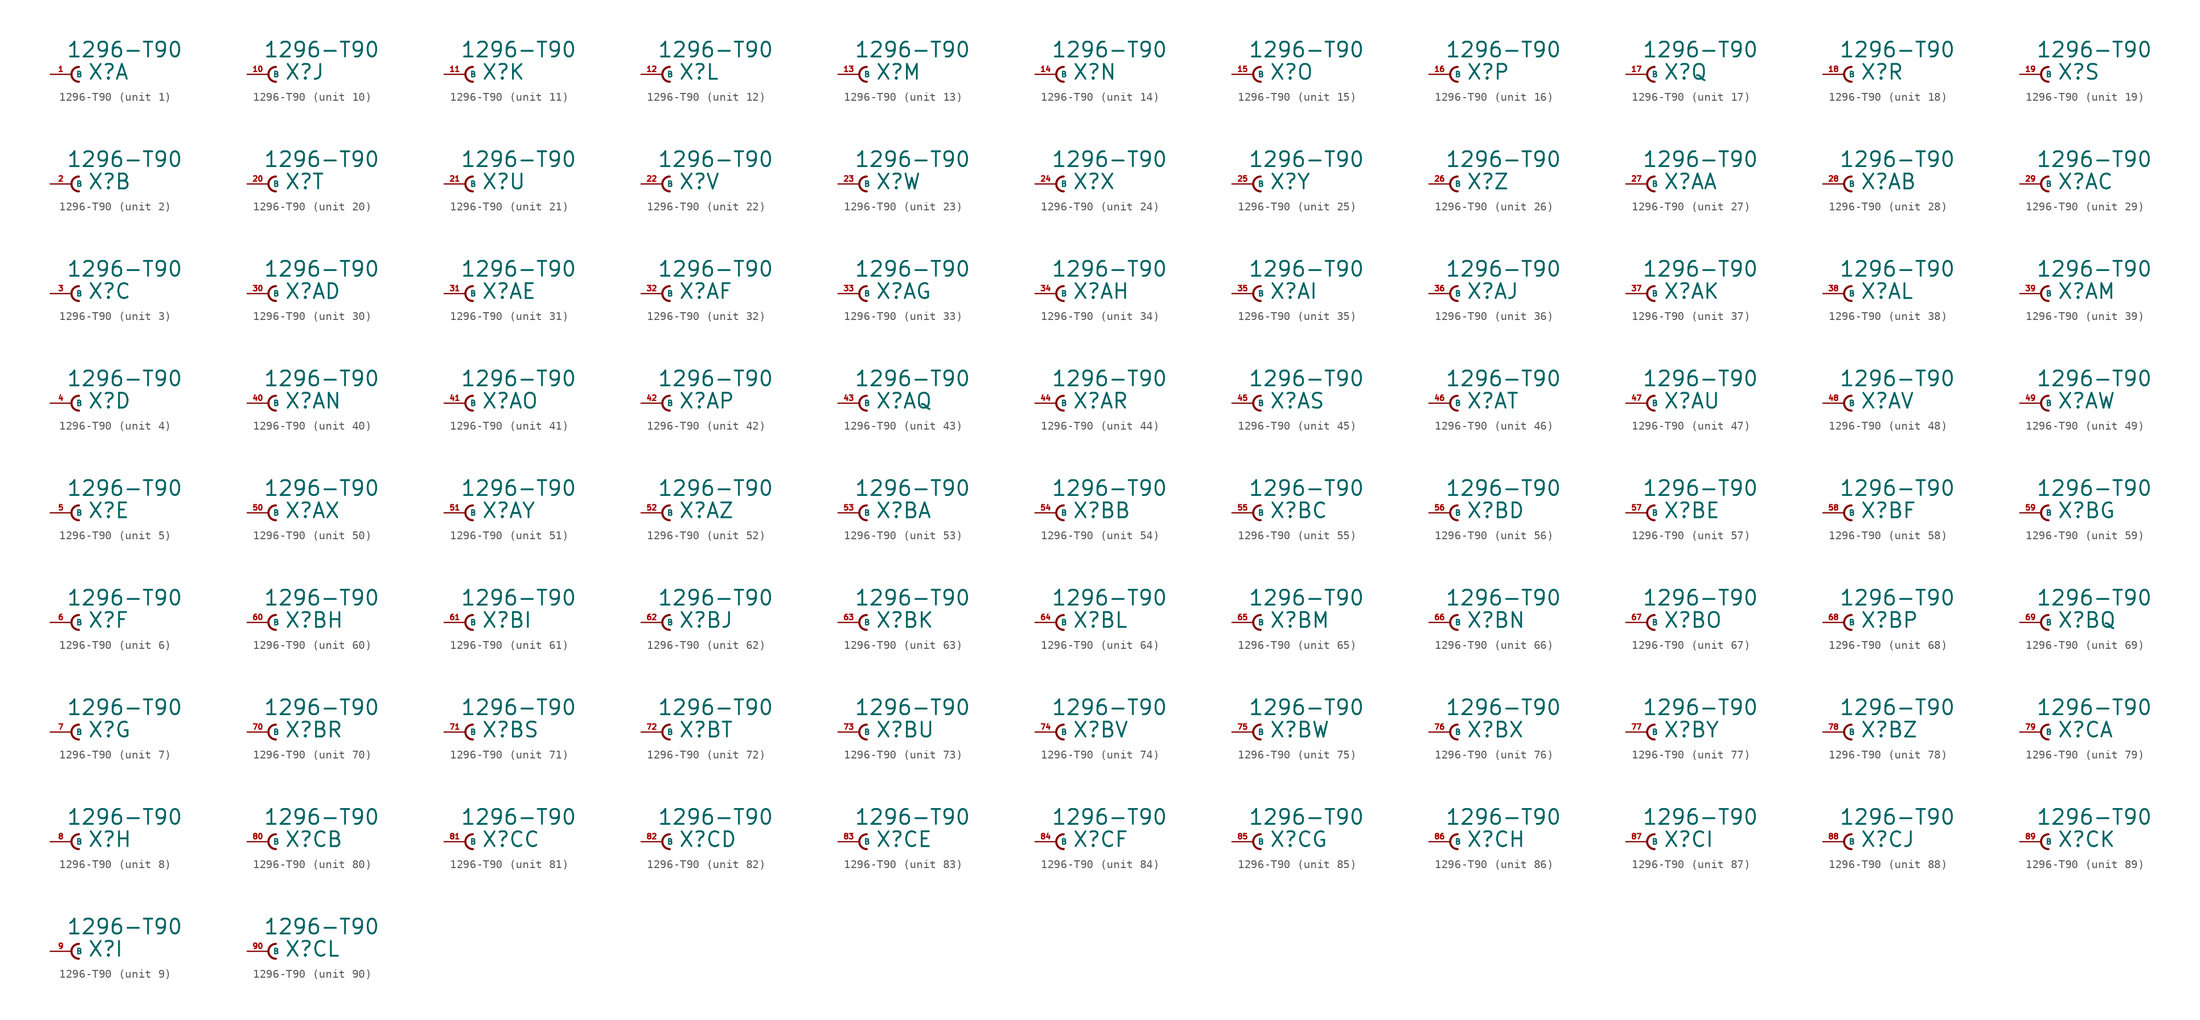
<source format=kicad_sym>
(kicad_symbol_lib
  (version 20220914)
  (generator Eagle2Kicad)
  (symbol "1296-T90"
    (property "Reference" "X"
      (at 1.905 -0.762 0)
      (effects (font (size 1.778 1.778) (thickness 0.22)) (justify left bottom)))
    (property "Value" "1296-T90"
      (at -0.635 1.905 0)
      (effects (font (size 1.778 1.778) (thickness 0.22)) (justify left bottom)))
    (symbol "1296-T90_1_0"
      (arc (start 0.889 0.889) (mid 0.000 0.000) (end 0.889 -0.889) (stroke (width 0.254) (type default)) (fill (type none)))
      (pin passive line (at -2.54 0 0) (length 2.54) (name "B" (effects (font (size 0.635 0.635) (thickness 0.08)) (justify left bottom))) (number "1" (effects (font (size 0.635 0.635) (thickness 0.08)) (justify left bottom)))))
    (symbol "1296-T90_2_0"
      (arc (start 0.889 0.889) (mid 0.000 0.000) (end 0.889 -0.889) (stroke (width 0.254) (type default)) (fill (type none)))
      (pin passive line (at -2.54 0 0) (length 2.54) (name "B" (effects (font (size 0.635 0.635) (thickness 0.08)) (justify left bottom))) (number "2" (effects (font (size 0.635 0.635) (thickness 0.08)) (justify left bottom)))))
    (symbol "1296-T90_3_0"
      (arc (start 0.889 0.889) (mid 0.000 0.000) (end 0.889 -0.889) (stroke (width 0.254) (type default)) (fill (type none)))
      (pin passive line (at -2.54 0 0) (length 2.54) (name "B" (effects (font (size 0.635 0.635) (thickness 0.08)) (justify left bottom))) (number "3" (effects (font (size 0.635 0.635) (thickness 0.08)) (justify left bottom)))))
    (symbol "1296-T90_4_0"
      (arc (start 0.889 0.889) (mid 0.000 0.000) (end 0.889 -0.889) (stroke (width 0.254) (type default)) (fill (type none)))
      (pin passive line (at -2.54 0 0) (length 2.54) (name "B" (effects (font (size 0.635 0.635) (thickness 0.08)) (justify left bottom))) (number "4" (effects (font (size 0.635 0.635) (thickness 0.08)) (justify left bottom)))))
    (symbol "1296-T90_5_0"
      (arc (start 0.889 0.889) (mid 0.000 0.000) (end 0.889 -0.889) (stroke (width 0.254) (type default)) (fill (type none)))
      (pin passive line (at -2.54 0 0) (length 2.54) (name "B" (effects (font (size 0.635 0.635) (thickness 0.08)) (justify left bottom))) (number "5" (effects (font (size 0.635 0.635) (thickness 0.08)) (justify left bottom)))))
    (symbol "1296-T90_6_0"
      (arc (start 0.889 0.889) (mid 0.000 0.000) (end 0.889 -0.889) (stroke (width 0.254) (type default)) (fill (type none)))
      (pin passive line (at -2.54 0 0) (length 2.54) (name "B" (effects (font (size 0.635 0.635) (thickness 0.08)) (justify left bottom))) (number "6" (effects (font (size 0.635 0.635) (thickness 0.08)) (justify left bottom)))))
    (symbol "1296-T90_7_0"
      (arc (start 0.889 0.889) (mid 0.000 0.000) (end 0.889 -0.889) (stroke (width 0.254) (type default)) (fill (type none)))
      (pin passive line (at -2.54 0 0) (length 2.54) (name "B" (effects (font (size 0.635 0.635) (thickness 0.08)) (justify left bottom))) (number "7" (effects (font (size 0.635 0.635) (thickness 0.08)) (justify left bottom)))))
    (symbol "1296-T90_8_0"
      (arc (start 0.889 0.889) (mid 0.000 0.000) (end 0.889 -0.889) (stroke (width 0.254) (type default)) (fill (type none)))
      (pin passive line (at -2.54 0 0) (length 2.54) (name "B" (effects (font (size 0.635 0.635) (thickness 0.08)) (justify left bottom))) (number "8" (effects (font (size 0.635 0.635) (thickness 0.08)) (justify left bottom)))))
    (symbol "1296-T90_9_0"
      (arc (start 0.889 0.889) (mid 0.000 0.000) (end 0.889 -0.889) (stroke (width 0.254) (type default)) (fill (type none)))
      (pin passive line (at -2.54 0 0) (length 2.54) (name "B" (effects (font (size 0.635 0.635) (thickness 0.08)) (justify left bottom))) (number "9" (effects (font (size 0.635 0.635) (thickness 0.08)) (justify left bottom)))))
    (symbol "1296-T90_10_0"
      (arc (start 0.889 0.889) (mid 0.000 0.000) (end 0.889 -0.889) (stroke (width 0.254) (type default)) (fill (type none)))
      (pin passive line (at -2.54 0 0) (length 2.54) (name "B" (effects (font (size 0.635 0.635) (thickness 0.08)) (justify left bottom))) (number "10" (effects (font (size 0.635 0.635) (thickness 0.08)) (justify left bottom)))))
    (symbol "1296-T90_11_0"
      (arc (start 0.889 0.889) (mid 0.000 0.000) (end 0.889 -0.889) (stroke (width 0.254) (type default)) (fill (type none)))
      (pin passive line (at -2.54 0 0) (length 2.54) (name "B" (effects (font (size 0.635 0.635) (thickness 0.08)) (justify left bottom))) (number "11" (effects (font (size 0.635 0.635) (thickness 0.08)) (justify left bottom)))))
    (symbol "1296-T90_12_0"
      (arc (start 0.889 0.889) (mid 0.000 0.000) (end 0.889 -0.889) (stroke (width 0.254) (type default)) (fill (type none)))
      (pin passive line (at -2.54 0 0) (length 2.54) (name "B" (effects (font (size 0.635 0.635) (thickness 0.08)) (justify left bottom))) (number "12" (effects (font (size 0.635 0.635) (thickness 0.08)) (justify left bottom)))))
    (symbol "1296-T90_13_0"
      (arc (start 0.889 0.889) (mid 0.000 0.000) (end 0.889 -0.889) (stroke (width 0.254) (type default)) (fill (type none)))
      (pin passive line (at -2.54 0 0) (length 2.54) (name "B" (effects (font (size 0.635 0.635) (thickness 0.08)) (justify left bottom))) (number "13" (effects (font (size 0.635 0.635) (thickness 0.08)) (justify left bottom)))))
    (symbol "1296-T90_14_0"
      (arc (start 0.889 0.889) (mid 0.000 0.000) (end 0.889 -0.889) (stroke (width 0.254) (type default)) (fill (type none)))
      (pin passive line (at -2.54 0 0) (length 2.54) (name "B" (effects (font (size 0.635 0.635) (thickness 0.08)) (justify left bottom))) (number "14" (effects (font (size 0.635 0.635) (thickness 0.08)) (justify left bottom)))))
    (symbol "1296-T90_15_0"
      (arc (start 0.889 0.889) (mid 0.000 0.000) (end 0.889 -0.889) (stroke (width 0.254) (type default)) (fill (type none)))
      (pin passive line (at -2.54 0 0) (length 2.54) (name "B" (effects (font (size 0.635 0.635) (thickness 0.08)) (justify left bottom))) (number "15" (effects (font (size 0.635 0.635) (thickness 0.08)) (justify left bottom)))))
    (symbol "1296-T90_16_0"
      (arc (start 0.889 0.889) (mid 0.000 0.000) (end 0.889 -0.889) (stroke (width 0.254) (type default)) (fill (type none)))
      (pin passive line (at -2.54 0 0) (length 2.54) (name "B" (effects (font (size 0.635 0.635) (thickness 0.08)) (justify left bottom))) (number "16" (effects (font (size 0.635 0.635) (thickness 0.08)) (justify left bottom)))))
    (symbol "1296-T90_17_0"
      (arc (start 0.889 0.889) (mid 0.000 0.000) (end 0.889 -0.889) (stroke (width 0.254) (type default)) (fill (type none)))
      (pin passive line (at -2.54 0 0) (length 2.54) (name "B" (effects (font (size 0.635 0.635) (thickness 0.08)) (justify left bottom))) (number "17" (effects (font (size 0.635 0.635) (thickness 0.08)) (justify left bottom)))))
    (symbol "1296-T90_18_0"
      (arc (start 0.889 0.889) (mid 0.000 0.000) (end 0.889 -0.889) (stroke (width 0.254) (type default)) (fill (type none)))
      (pin passive line (at -2.54 0 0) (length 2.54) (name "B" (effects (font (size 0.635 0.635) (thickness 0.08)) (justify left bottom))) (number "18" (effects (font (size 0.635 0.635) (thickness 0.08)) (justify left bottom)))))
    (symbol "1296-T90_19_0"
      (arc (start 0.889 0.889) (mid 0.000 0.000) (end 0.889 -0.889) (stroke (width 0.254) (type default)) (fill (type none)))
      (pin passive line (at -2.54 0 0) (length 2.54) (name "B" (effects (font (size 0.635 0.635) (thickness 0.08)) (justify left bottom))) (number "19" (effects (font (size 0.635 0.635) (thickness 0.08)) (justify left bottom)))))
    (symbol "1296-T90_20_0"
      (arc (start 0.889 0.889) (mid 0.000 0.000) (end 0.889 -0.889) (stroke (width 0.254) (type default)) (fill (type none)))
      (pin passive line (at -2.54 0 0) (length 2.54) (name "B" (effects (font (size 0.635 0.635) (thickness 0.08)) (justify left bottom))) (number "20" (effects (font (size 0.635 0.635) (thickness 0.08)) (justify left bottom)))))
    (symbol "1296-T90_21_0"
      (arc (start 0.889 0.889) (mid 0.000 0.000) (end 0.889 -0.889) (stroke (width 0.254) (type default)) (fill (type none)))
      (pin passive line (at -2.54 0 0) (length 2.54) (name "B" (effects (font (size 0.635 0.635) (thickness 0.08)) (justify left bottom))) (number "21" (effects (font (size 0.635 0.635) (thickness 0.08)) (justify left bottom)))))
    (symbol "1296-T90_22_0"
      (arc (start 0.889 0.889) (mid 0.000 0.000) (end 0.889 -0.889) (stroke (width 0.254) (type default)) (fill (type none)))
      (pin passive line (at -2.54 0 0) (length 2.54) (name "B" (effects (font (size 0.635 0.635) (thickness 0.08)) (justify left bottom))) (number "22" (effects (font (size 0.635 0.635) (thickness 0.08)) (justify left bottom)))))
    (symbol "1296-T90_23_0"
      (arc (start 0.889 0.889) (mid 0.000 0.000) (end 0.889 -0.889) (stroke (width 0.254) (type default)) (fill (type none)))
      (pin passive line (at -2.54 0 0) (length 2.54) (name "B" (effects (font (size 0.635 0.635) (thickness 0.08)) (justify left bottom))) (number "23" (effects (font (size 0.635 0.635) (thickness 0.08)) (justify left bottom)))))
    (symbol "1296-T90_24_0"
      (arc (start 0.889 0.889) (mid 0.000 0.000) (end 0.889 -0.889) (stroke (width 0.254) (type default)) (fill (type none)))
      (pin passive line (at -2.54 0 0) (length 2.54) (name "B" (effects (font (size 0.635 0.635) (thickness 0.08)) (justify left bottom))) (number "24" (effects (font (size 0.635 0.635) (thickness 0.08)) (justify left bottom)))))
    (symbol "1296-T90_25_0"
      (arc (start 0.889 0.889) (mid 0.000 0.000) (end 0.889 -0.889) (stroke (width 0.254) (type default)) (fill (type none)))
      (pin passive line (at -2.54 0 0) (length 2.54) (name "B" (effects (font (size 0.635 0.635) (thickness 0.08)) (justify left bottom))) (number "25" (effects (font (size 0.635 0.635) (thickness 0.08)) (justify left bottom)))))
    (symbol "1296-T90_26_0"
      (arc (start 0.889 0.889) (mid 0.000 0.000) (end 0.889 -0.889) (stroke (width 0.254) (type default)) (fill (type none)))
      (pin passive line (at -2.54 0 0) (length 2.54) (name "B" (effects (font (size 0.635 0.635) (thickness 0.08)) (justify left bottom))) (number "26" (effects (font (size 0.635 0.635) (thickness 0.08)) (justify left bottom)))))
    (symbol "1296-T90_27_0"
      (arc (start 0.889 0.889) (mid 0.000 0.000) (end 0.889 -0.889) (stroke (width 0.254) (type default)) (fill (type none)))
      (pin passive line (at -2.54 0 0) (length 2.54) (name "B" (effects (font (size 0.635 0.635) (thickness 0.08)) (justify left bottom))) (number "27" (effects (font (size 0.635 0.635) (thickness 0.08)) (justify left bottom)))))
    (symbol "1296-T90_28_0"
      (arc (start 0.889 0.889) (mid 0.000 0.000) (end 0.889 -0.889) (stroke (width 0.254) (type default)) (fill (type none)))
      (pin passive line (at -2.54 0 0) (length 2.54) (name "B" (effects (font (size 0.635 0.635) (thickness 0.08)) (justify left bottom))) (number "28" (effects (font (size 0.635 0.635) (thickness 0.08)) (justify left bottom)))))
    (symbol "1296-T90_29_0"
      (arc (start 0.889 0.889) (mid 0.000 0.000) (end 0.889 -0.889) (stroke (width 0.254) (type default)) (fill (type none)))
      (pin passive line (at -2.54 0 0) (length 2.54) (name "B" (effects (font (size 0.635 0.635) (thickness 0.08)) (justify left bottom))) (number "29" (effects (font (size 0.635 0.635) (thickness 0.08)) (justify left bottom)))))
    (symbol "1296-T90_30_0"
      (arc (start 0.889 0.889) (mid 0.000 0.000) (end 0.889 -0.889) (stroke (width 0.254) (type default)) (fill (type none)))
      (pin passive line (at -2.54 0 0) (length 2.54) (name "B" (effects (font (size 0.635 0.635) (thickness 0.08)) (justify left bottom))) (number "30" (effects (font (size 0.635 0.635) (thickness 0.08)) (justify left bottom)))))
    (symbol "1296-T90_31_0"
      (arc (start 0.889 0.889) (mid 0.000 0.000) (end 0.889 -0.889) (stroke (width 0.254) (type default)) (fill (type none)))
      (pin passive line (at -2.54 0 0) (length 2.54) (name "B" (effects (font (size 0.635 0.635) (thickness 0.08)) (justify left bottom))) (number "31" (effects (font (size 0.635 0.635) (thickness 0.08)) (justify left bottom)))))
    (symbol "1296-T90_32_0"
      (arc (start 0.889 0.889) (mid 0.000 0.000) (end 0.889 -0.889) (stroke (width 0.254) (type default)) (fill (type none)))
      (pin passive line (at -2.54 0 0) (length 2.54) (name "B" (effects (font (size 0.635 0.635) (thickness 0.08)) (justify left bottom))) (number "32" (effects (font (size 0.635 0.635) (thickness 0.08)) (justify left bottom)))))
    (symbol "1296-T90_33_0"
      (arc (start 0.889 0.889) (mid 0.000 0.000) (end 0.889 -0.889) (stroke (width 0.254) (type default)) (fill (type none)))
      (pin passive line (at -2.54 0 0) (length 2.54) (name "B" (effects (font (size 0.635 0.635) (thickness 0.08)) (justify left bottom))) (number "33" (effects (font (size 0.635 0.635) (thickness 0.08)) (justify left bottom)))))
    (symbol "1296-T90_34_0"
      (arc (start 0.889 0.889) (mid 0.000 0.000) (end 0.889 -0.889) (stroke (width 0.254) (type default)) (fill (type none)))
      (pin passive line (at -2.54 0 0) (length 2.54) (name "B" (effects (font (size 0.635 0.635) (thickness 0.08)) (justify left bottom))) (number "34" (effects (font (size 0.635 0.635) (thickness 0.08)) (justify left bottom)))))
    (symbol "1296-T90_35_0"
      (arc (start 0.889 0.889) (mid 0.000 0.000) (end 0.889 -0.889) (stroke (width 0.254) (type default)) (fill (type none)))
      (pin passive line (at -2.54 0 0) (length 2.54) (name "B" (effects (font (size 0.635 0.635) (thickness 0.08)) (justify left bottom))) (number "35" (effects (font (size 0.635 0.635) (thickness 0.08)) (justify left bottom)))))
    (symbol "1296-T90_36_0"
      (arc (start 0.889 0.889) (mid 0.000 0.000) (end 0.889 -0.889) (stroke (width 0.254) (type default)) (fill (type none)))
      (pin passive line (at -2.54 0 0) (length 2.54) (name "B" (effects (font (size 0.635 0.635) (thickness 0.08)) (justify left bottom))) (number "36" (effects (font (size 0.635 0.635) (thickness 0.08)) (justify left bottom)))))
    (symbol "1296-T90_37_0"
      (arc (start 0.889 0.889) (mid 0.000 0.000) (end 0.889 -0.889) (stroke (width 0.254) (type default)) (fill (type none)))
      (pin passive line (at -2.54 0 0) (length 2.54) (name "B" (effects (font (size 0.635 0.635) (thickness 0.08)) (justify left bottom))) (number "37" (effects (font (size 0.635 0.635) (thickness 0.08)) (justify left bottom)))))
    (symbol "1296-T90_38_0"
      (arc (start 0.889 0.889) (mid 0.000 0.000) (end 0.889 -0.889) (stroke (width 0.254) (type default)) (fill (type none)))
      (pin passive line (at -2.54 0 0) (length 2.54) (name "B" (effects (font (size 0.635 0.635) (thickness 0.08)) (justify left bottom))) (number "38" (effects (font (size 0.635 0.635) (thickness 0.08)) (justify left bottom)))))
    (symbol "1296-T90_39_0"
      (arc (start 0.889 0.889) (mid 0.000 0.000) (end 0.889 -0.889) (stroke (width 0.254) (type default)) (fill (type none)))
      (pin passive line (at -2.54 0 0) (length 2.54) (name "B" (effects (font (size 0.635 0.635) (thickness 0.08)) (justify left bottom))) (number "39" (effects (font (size 0.635 0.635) (thickness 0.08)) (justify left bottom)))))
    (symbol "1296-T90_40_0"
      (arc (start 0.889 0.889) (mid 0.000 0.000) (end 0.889 -0.889) (stroke (width 0.254) (type default)) (fill (type none)))
      (pin passive line (at -2.54 0 0) (length 2.54) (name "B" (effects (font (size 0.635 0.635) (thickness 0.08)) (justify left bottom))) (number "40" (effects (font (size 0.635 0.635) (thickness 0.08)) (justify left bottom)))))
    (symbol "1296-T90_41_0"
      (arc (start 0.889 0.889) (mid 0.000 0.000) (end 0.889 -0.889) (stroke (width 0.254) (type default)) (fill (type none)))
      (pin passive line (at -2.54 0 0) (length 2.54) (name "B" (effects (font (size 0.635 0.635) (thickness 0.08)) (justify left bottom))) (number "41" (effects (font (size 0.635 0.635) (thickness 0.08)) (justify left bottom)))))
    (symbol "1296-T90_42_0"
      (arc (start 0.889 0.889) (mid 0.000 0.000) (end 0.889 -0.889) (stroke (width 0.254) (type default)) (fill (type none)))
      (pin passive line (at -2.54 0 0) (length 2.54) (name "B" (effects (font (size 0.635 0.635) (thickness 0.08)) (justify left bottom))) (number "42" (effects (font (size 0.635 0.635) (thickness 0.08)) (justify left bottom)))))
    (symbol "1296-T90_43_0"
      (arc (start 0.889 0.889) (mid 0.000 0.000) (end 0.889 -0.889) (stroke (width 0.254) (type default)) (fill (type none)))
      (pin passive line (at -2.54 0 0) (length 2.54) (name "B" (effects (font (size 0.635 0.635) (thickness 0.08)) (justify left bottom))) (number "43" (effects (font (size 0.635 0.635) (thickness 0.08)) (justify left bottom)))))
    (symbol "1296-T90_44_0"
      (arc (start 0.889 0.889) (mid 0.000 0.000) (end 0.889 -0.889) (stroke (width 0.254) (type default)) (fill (type none)))
      (pin passive line (at -2.54 0 0) (length 2.54) (name "B" (effects (font (size 0.635 0.635) (thickness 0.08)) (justify left bottom))) (number "44" (effects (font (size 0.635 0.635) (thickness 0.08)) (justify left bottom)))))
    (symbol "1296-T90_45_0"
      (arc (start 0.889 0.889) (mid 0.000 0.000) (end 0.889 -0.889) (stroke (width 0.254) (type default)) (fill (type none)))
      (pin passive line (at -2.54 0 0) (length 2.54) (name "B" (effects (font (size 0.635 0.635) (thickness 0.08)) (justify left bottom))) (number "45" (effects (font (size 0.635 0.635) (thickness 0.08)) (justify left bottom)))))
    (symbol "1296-T90_46_0"
      (arc (start 0.889 0.889) (mid 0.000 0.000) (end 0.889 -0.889) (stroke (width 0.254) (type default)) (fill (type none)))
      (pin passive line (at -2.54 0 0) (length 2.54) (name "B" (effects (font (size 0.635 0.635) (thickness 0.08)) (justify left bottom))) (number "46" (effects (font (size 0.635 0.635) (thickness 0.08)) (justify left bottom)))))
    (symbol "1296-T90_47_0"
      (arc (start 0.889 0.889) (mid 0.000 0.000) (end 0.889 -0.889) (stroke (width 0.254) (type default)) (fill (type none)))
      (pin passive line (at -2.54 0 0) (length 2.54) (name "B" (effects (font (size 0.635 0.635) (thickness 0.08)) (justify left bottom))) (number "47" (effects (font (size 0.635 0.635) (thickness 0.08)) (justify left bottom)))))
    (symbol "1296-T90_48_0"
      (arc (start 0.889 0.889) (mid 0.000 0.000) (end 0.889 -0.889) (stroke (width 0.254) (type default)) (fill (type none)))
      (pin passive line (at -2.54 0 0) (length 2.54) (name "B" (effects (font (size 0.635 0.635) (thickness 0.08)) (justify left bottom))) (number "48" (effects (font (size 0.635 0.635) (thickness 0.08)) (justify left bottom)))))
    (symbol "1296-T90_49_0"
      (arc (start 0.889 0.889) (mid 0.000 0.000) (end 0.889 -0.889) (stroke (width 0.254) (type default)) (fill (type none)))
      (pin passive line (at -2.54 0 0) (length 2.54) (name "B" (effects (font (size 0.635 0.635) (thickness 0.08)) (justify left bottom))) (number "49" (effects (font (size 0.635 0.635) (thickness 0.08)) (justify left bottom)))))
    (symbol "1296-T90_50_0"
      (arc (start 0.889 0.889) (mid 0.000 0.000) (end 0.889 -0.889) (stroke (width 0.254) (type default)) (fill (type none)))
      (pin passive line (at -2.54 0 0) (length 2.54) (name "B" (effects (font (size 0.635 0.635) (thickness 0.08)) (justify left bottom))) (number "50" (effects (font (size 0.635 0.635) (thickness 0.08)) (justify left bottom)))))
    (symbol "1296-T90_51_0"
      (arc (start 0.889 0.889) (mid 0.000 0.000) (end 0.889 -0.889) (stroke (width 0.254) (type default)) (fill (type none)))
      (pin passive line (at -2.54 0 0) (length 2.54) (name "B" (effects (font (size 0.635 0.635) (thickness 0.08)) (justify left bottom))) (number "51" (effects (font (size 0.635 0.635) (thickness 0.08)) (justify left bottom)))))
    (symbol "1296-T90_52_0"
      (arc (start 0.889 0.889) (mid 0.000 0.000) (end 0.889 -0.889) (stroke (width 0.254) (type default)) (fill (type none)))
      (pin passive line (at -2.54 0 0) (length 2.54) (name "B" (effects (font (size 0.635 0.635) (thickness 0.08)) (justify left bottom))) (number "52" (effects (font (size 0.635 0.635) (thickness 0.08)) (justify left bottom)))))
    (symbol "1296-T90_53_0"
      (arc (start 0.889 0.889) (mid 0.000 0.000) (end 0.889 -0.889) (stroke (width 0.254) (type default)) (fill (type none)))
      (pin passive line (at -2.54 0 0) (length 2.54) (name "B" (effects (font (size 0.635 0.635) (thickness 0.08)) (justify left bottom))) (number "53" (effects (font (size 0.635 0.635) (thickness 0.08)) (justify left bottom)))))
    (symbol "1296-T90_54_0"
      (arc (start 0.889 0.889) (mid 0.000 0.000) (end 0.889 -0.889) (stroke (width 0.254) (type default)) (fill (type none)))
      (pin passive line (at -2.54 0 0) (length 2.54) (name "B" (effects (font (size 0.635 0.635) (thickness 0.08)) (justify left bottom))) (number "54" (effects (font (size 0.635 0.635) (thickness 0.08)) (justify left bottom)))))
    (symbol "1296-T90_55_0"
      (arc (start 0.889 0.889) (mid 0.000 0.000) (end 0.889 -0.889) (stroke (width 0.254) (type default)) (fill (type none)))
      (pin passive line (at -2.54 0 0) (length 2.54) (name "B" (effects (font (size 0.635 0.635) (thickness 0.08)) (justify left bottom))) (number "55" (effects (font (size 0.635 0.635) (thickness 0.08)) (justify left bottom)))))
    (symbol "1296-T90_56_0"
      (arc (start 0.889 0.889) (mid 0.000 0.000) (end 0.889 -0.889) (stroke (width 0.254) (type default)) (fill (type none)))
      (pin passive line (at -2.54 0 0) (length 2.54) (name "B" (effects (font (size 0.635 0.635) (thickness 0.08)) (justify left bottom))) (number "56" (effects (font (size 0.635 0.635) (thickness 0.08)) (justify left bottom)))))
    (symbol "1296-T90_57_0"
      (arc (start 0.889 0.889) (mid 0.000 0.000) (end 0.889 -0.889) (stroke (width 0.254) (type default)) (fill (type none)))
      (pin passive line (at -2.54 0 0) (length 2.54) (name "B" (effects (font (size 0.635 0.635) (thickness 0.08)) (justify left bottom))) (number "57" (effects (font (size 0.635 0.635) (thickness 0.08)) (justify left bottom)))))
    (symbol "1296-T90_58_0"
      (arc (start 0.889 0.889) (mid 0.000 0.000) (end 0.889 -0.889) (stroke (width 0.254) (type default)) (fill (type none)))
      (pin passive line (at -2.54 0 0) (length 2.54) (name "B" (effects (font (size 0.635 0.635) (thickness 0.08)) (justify left bottom))) (number "58" (effects (font (size 0.635 0.635) (thickness 0.08)) (justify left bottom)))))
    (symbol "1296-T90_59_0"
      (arc (start 0.889 0.889) (mid 0.000 0.000) (end 0.889 -0.889) (stroke (width 0.254) (type default)) (fill (type none)))
      (pin passive line (at -2.54 0 0) (length 2.54) (name "B" (effects (font (size 0.635 0.635) (thickness 0.08)) (justify left bottom))) (number "59" (effects (font (size 0.635 0.635) (thickness 0.08)) (justify left bottom)))))
    (symbol "1296-T90_60_0"
      (arc (start 0.889 0.889) (mid 0.000 0.000) (end 0.889 -0.889) (stroke (width 0.254) (type default)) (fill (type none)))
      (pin passive line (at -2.54 0 0) (length 2.54) (name "B" (effects (font (size 0.635 0.635) (thickness 0.08)) (justify left bottom))) (number "60" (effects (font (size 0.635 0.635) (thickness 0.08)) (justify left bottom)))))
    (symbol "1296-T90_61_0"
      (arc (start 0.889 0.889) (mid 0.000 0.000) (end 0.889 -0.889) (stroke (width 0.254) (type default)) (fill (type none)))
      (pin passive line (at -2.54 0 0) (length 2.54) (name "B" (effects (font (size 0.635 0.635) (thickness 0.08)) (justify left bottom))) (number "61" (effects (font (size 0.635 0.635) (thickness 0.08)) (justify left bottom)))))
    (symbol "1296-T90_62_0"
      (arc (start 0.889 0.889) (mid 0.000 0.000) (end 0.889 -0.889) (stroke (width 0.254) (type default)) (fill (type none)))
      (pin passive line (at -2.54 0 0) (length 2.54) (name "B" (effects (font (size 0.635 0.635) (thickness 0.08)) (justify left bottom))) (number "62" (effects (font (size 0.635 0.635) (thickness 0.08)) (justify left bottom)))))
    (symbol "1296-T90_63_0"
      (arc (start 0.889 0.889) (mid 0.000 0.000) (end 0.889 -0.889) (stroke (width 0.254) (type default)) (fill (type none)))
      (pin passive line (at -2.54 0 0) (length 2.54) (name "B" (effects (font (size 0.635 0.635) (thickness 0.08)) (justify left bottom))) (number "63" (effects (font (size 0.635 0.635) (thickness 0.08)) (justify left bottom)))))
    (symbol "1296-T90_64_0"
      (arc (start 0.889 0.889) (mid 0.000 0.000) (end 0.889 -0.889) (stroke (width 0.254) (type default)) (fill (type none)))
      (pin passive line (at -2.54 0 0) (length 2.54) (name "B" (effects (font (size 0.635 0.635) (thickness 0.08)) (justify left bottom))) (number "64" (effects (font (size 0.635 0.635) (thickness 0.08)) (justify left bottom)))))
    (symbol "1296-T90_65_0"
      (arc (start 0.889 0.889) (mid 0.000 0.000) (end 0.889 -0.889) (stroke (width 0.254) (type default)) (fill (type none)))
      (pin passive line (at -2.54 0 0) (length 2.54) (name "B" (effects (font (size 0.635 0.635) (thickness 0.08)) (justify left bottom))) (number "65" (effects (font (size 0.635 0.635) (thickness 0.08)) (justify left bottom)))))
    (symbol "1296-T90_66_0"
      (arc (start 0.889 0.889) (mid 0.000 0.000) (end 0.889 -0.889) (stroke (width 0.254) (type default)) (fill (type none)))
      (pin passive line (at -2.54 0 0) (length 2.54) (name "B" (effects (font (size 0.635 0.635) (thickness 0.08)) (justify left bottom))) (number "66" (effects (font (size 0.635 0.635) (thickness 0.08)) (justify left bottom)))))
    (symbol "1296-T90_67_0"
      (arc (start 0.889 0.889) (mid 0.000 0.000) (end 0.889 -0.889) (stroke (width 0.254) (type default)) (fill (type none)))
      (pin passive line (at -2.54 0 0) (length 2.54) (name "B" (effects (font (size 0.635 0.635) (thickness 0.08)) (justify left bottom))) (number "67" (effects (font (size 0.635 0.635) (thickness 0.08)) (justify left bottom)))))
    (symbol "1296-T90_68_0"
      (arc (start 0.889 0.889) (mid 0.000 0.000) (end 0.889 -0.889) (stroke (width 0.254) (type default)) (fill (type none)))
      (pin passive line (at -2.54 0 0) (length 2.54) (name "B" (effects (font (size 0.635 0.635) (thickness 0.08)) (justify left bottom))) (number "68" (effects (font (size 0.635 0.635) (thickness 0.08)) (justify left bottom)))))
    (symbol "1296-T90_69_0"
      (arc (start 0.889 0.889) (mid 0.000 0.000) (end 0.889 -0.889) (stroke (width 0.254) (type default)) (fill (type none)))
      (pin passive line (at -2.54 0 0) (length 2.54) (name "B" (effects (font (size 0.635 0.635) (thickness 0.08)) (justify left bottom))) (number "69" (effects (font (size 0.635 0.635) (thickness 0.08)) (justify left bottom)))))
    (symbol "1296-T90_70_0"
      (arc (start 0.889 0.889) (mid 0.000 0.000) (end 0.889 -0.889) (stroke (width 0.254) (type default)) (fill (type none)))
      (pin passive line (at -2.54 0 0) (length 2.54) (name "B" (effects (font (size 0.635 0.635) (thickness 0.08)) (justify left bottom))) (number "70" (effects (font (size 0.635 0.635) (thickness 0.08)) (justify left bottom)))))
    (symbol "1296-T90_71_0"
      (arc (start 0.889 0.889) (mid 0.000 0.000) (end 0.889 -0.889) (stroke (width 0.254) (type default)) (fill (type none)))
      (pin passive line (at -2.54 0 0) (length 2.54) (name "B" (effects (font (size 0.635 0.635) (thickness 0.08)) (justify left bottom))) (number "71" (effects (font (size 0.635 0.635) (thickness 0.08)) (justify left bottom)))))
    (symbol "1296-T90_72_0"
      (arc (start 0.889 0.889) (mid 0.000 0.000) (end 0.889 -0.889) (stroke (width 0.254) (type default)) (fill (type none)))
      (pin passive line (at -2.54 0 0) (length 2.54) (name "B" (effects (font (size 0.635 0.635) (thickness 0.08)) (justify left bottom))) (number "72" (effects (font (size 0.635 0.635) (thickness 0.08)) (justify left bottom)))))
    (symbol "1296-T90_73_0"
      (arc (start 0.889 0.889) (mid 0.000 0.000) (end 0.889 -0.889) (stroke (width 0.254) (type default)) (fill (type none)))
      (pin passive line (at -2.54 0 0) (length 2.54) (name "B" (effects (font (size 0.635 0.635) (thickness 0.08)) (justify left bottom))) (number "73" (effects (font (size 0.635 0.635) (thickness 0.08)) (justify left bottom)))))
    (symbol "1296-T90_74_0"
      (arc (start 0.889 0.889) (mid 0.000 0.000) (end 0.889 -0.889) (stroke (width 0.254) (type default)) (fill (type none)))
      (pin passive line (at -2.54 0 0) (length 2.54) (name "B" (effects (font (size 0.635 0.635) (thickness 0.08)) (justify left bottom))) (number "74" (effects (font (size 0.635 0.635) (thickness 0.08)) (justify left bottom)))))
    (symbol "1296-T90_75_0"
      (arc (start 0.889 0.889) (mid 0.000 0.000) (end 0.889 -0.889) (stroke (width 0.254) (type default)) (fill (type none)))
      (pin passive line (at -2.54 0 0) (length 2.54) (name "B" (effects (font (size 0.635 0.635) (thickness 0.08)) (justify left bottom))) (number "75" (effects (font (size 0.635 0.635) (thickness 0.08)) (justify left bottom)))))
    (symbol "1296-T90_76_0"
      (arc (start 0.889 0.889) (mid 0.000 0.000) (end 0.889 -0.889) (stroke (width 0.254) (type default)) (fill (type none)))
      (pin passive line (at -2.54 0 0) (length 2.54) (name "B" (effects (font (size 0.635 0.635) (thickness 0.08)) (justify left bottom))) (number "76" (effects (font (size 0.635 0.635) (thickness 0.08)) (justify left bottom)))))
    (symbol "1296-T90_77_0"
      (arc (start 0.889 0.889) (mid 0.000 0.000) (end 0.889 -0.889) (stroke (width 0.254) (type default)) (fill (type none)))
      (pin passive line (at -2.54 0 0) (length 2.54) (name "B" (effects (font (size 0.635 0.635) (thickness 0.08)) (justify left bottom))) (number "77" (effects (font (size 0.635 0.635) (thickness 0.08)) (justify left bottom)))))
    (symbol "1296-T90_78_0"
      (arc (start 0.889 0.889) (mid 0.000 0.000) (end 0.889 -0.889) (stroke (width 0.254) (type default)) (fill (type none)))
      (pin passive line (at -2.54 0 0) (length 2.54) (name "B" (effects (font (size 0.635 0.635) (thickness 0.08)) (justify left bottom))) (number "78" (effects (font (size 0.635 0.635) (thickness 0.08)) (justify left bottom)))))
    (symbol "1296-T90_79_0"
      (arc (start 0.889 0.889) (mid 0.000 0.000) (end 0.889 -0.889) (stroke (width 0.254) (type default)) (fill (type none)))
      (pin passive line (at -2.54 0 0) (length 2.54) (name "B" (effects (font (size 0.635 0.635) (thickness 0.08)) (justify left bottom))) (number "79" (effects (font (size 0.635 0.635) (thickness 0.08)) (justify left bottom)))))
    (symbol "1296-T90_80_0"
      (arc (start 0.889 0.889) (mid 0.000 0.000) (end 0.889 -0.889) (stroke (width 0.254) (type default)) (fill (type none)))
      (pin passive line (at -2.54 0 0) (length 2.54) (name "B" (effects (font (size 0.635 0.635) (thickness 0.08)) (justify left bottom))) (number "80" (effects (font (size 0.635 0.635) (thickness 0.08)) (justify left bottom)))))
    (symbol "1296-T90_81_0"
      (arc (start 0.889 0.889) (mid 0.000 0.000) (end 0.889 -0.889) (stroke (width 0.254) (type default)) (fill (type none)))
      (pin passive line (at -2.54 0 0) (length 2.54) (name "B" (effects (font (size 0.635 0.635) (thickness 0.08)) (justify left bottom))) (number "81" (effects (font (size 0.635 0.635) (thickness 0.08)) (justify left bottom)))))
    (symbol "1296-T90_82_0"
      (arc (start 0.889 0.889) (mid 0.000 0.000) (end 0.889 -0.889) (stroke (width 0.254) (type default)) (fill (type none)))
      (pin passive line (at -2.54 0 0) (length 2.54) (name "B" (effects (font (size 0.635 0.635) (thickness 0.08)) (justify left bottom))) (number "82" (effects (font (size 0.635 0.635) (thickness 0.08)) (justify left bottom)))))
    (symbol "1296-T90_83_0"
      (arc (start 0.889 0.889) (mid 0.000 0.000) (end 0.889 -0.889) (stroke (width 0.254) (type default)) (fill (type none)))
      (pin passive line (at -2.54 0 0) (length 2.54) (name "B" (effects (font (size 0.635 0.635) (thickness 0.08)) (justify left bottom))) (number "83" (effects (font (size 0.635 0.635) (thickness 0.08)) (justify left bottom)))))
    (symbol "1296-T90_84_0"
      (arc (start 0.889 0.889) (mid 0.000 0.000) (end 0.889 -0.889) (stroke (width 0.254) (type default)) (fill (type none)))
      (pin passive line (at -2.54 0 0) (length 2.54) (name "B" (effects (font (size 0.635 0.635) (thickness 0.08)) (justify left bottom))) (number "84" (effects (font (size 0.635 0.635) (thickness 0.08)) (justify left bottom)))))
    (symbol "1296-T90_85_0"
      (arc (start 0.889 0.889) (mid 0.000 0.000) (end 0.889 -0.889) (stroke (width 0.254) (type default)) (fill (type none)))
      (pin passive line (at -2.54 0 0) (length 2.54) (name "B" (effects (font (size 0.635 0.635) (thickness 0.08)) (justify left bottom))) (number "85" (effects (font (size 0.635 0.635) (thickness 0.08)) (justify left bottom)))))
    (symbol "1296-T90_86_0"
      (arc (start 0.889 0.889) (mid 0.000 0.000) (end 0.889 -0.889) (stroke (width 0.254) (type default)) (fill (type none)))
      (pin passive line (at -2.54 0 0) (length 2.54) (name "B" (effects (font (size 0.635 0.635) (thickness 0.08)) (justify left bottom))) (number "86" (effects (font (size 0.635 0.635) (thickness 0.08)) (justify left bottom)))))
    (symbol "1296-T90_87_0"
      (arc (start 0.889 0.889) (mid 0.000 0.000) (end 0.889 -0.889) (stroke (width 0.254) (type default)) (fill (type none)))
      (pin passive line (at -2.54 0 0) (length 2.54) (name "B" (effects (font (size 0.635 0.635) (thickness 0.08)) (justify left bottom))) (number "87" (effects (font (size 0.635 0.635) (thickness 0.08)) (justify left bottom)))))
    (symbol "1296-T90_88_0"
      (arc (start 0.889 0.889) (mid 0.000 0.000) (end 0.889 -0.889) (stroke (width 0.254) (type default)) (fill (type none)))
      (pin passive line (at -2.54 0 0) (length 2.54) (name "B" (effects (font (size 0.635 0.635) (thickness 0.08)) (justify left bottom))) (number "88" (effects (font (size 0.635 0.635) (thickness 0.08)) (justify left bottom)))))
    (symbol "1296-T90_89_0"
      (arc (start 0.889 0.889) (mid 0.000 0.000) (end 0.889 -0.889) (stroke (width 0.254) (type default)) (fill (type none)))
      (pin passive line (at -2.54 0 0) (length 2.54) (name "B" (effects (font (size 0.635 0.635) (thickness 0.08)) (justify left bottom))) (number "89" (effects (font (size 0.635 0.635) (thickness 0.08)) (justify left bottom)))))
    (symbol "1296-T90_90_0"
      (arc (start 0.889 0.889) (mid 0.000 0.000) (end 0.889 -0.889) (stroke (width 0.254) (type default)) (fill (type none)))
      (pin passive line (at -2.54 0 0) (length 2.54) (name "B" (effects (font (size 0.635 0.635) (thickness 0.08)) (justify left bottom))) (number "90" (effects (font (size 0.635 0.635) (thickness 0.08)) (justify left bottom)))))))
</source>
